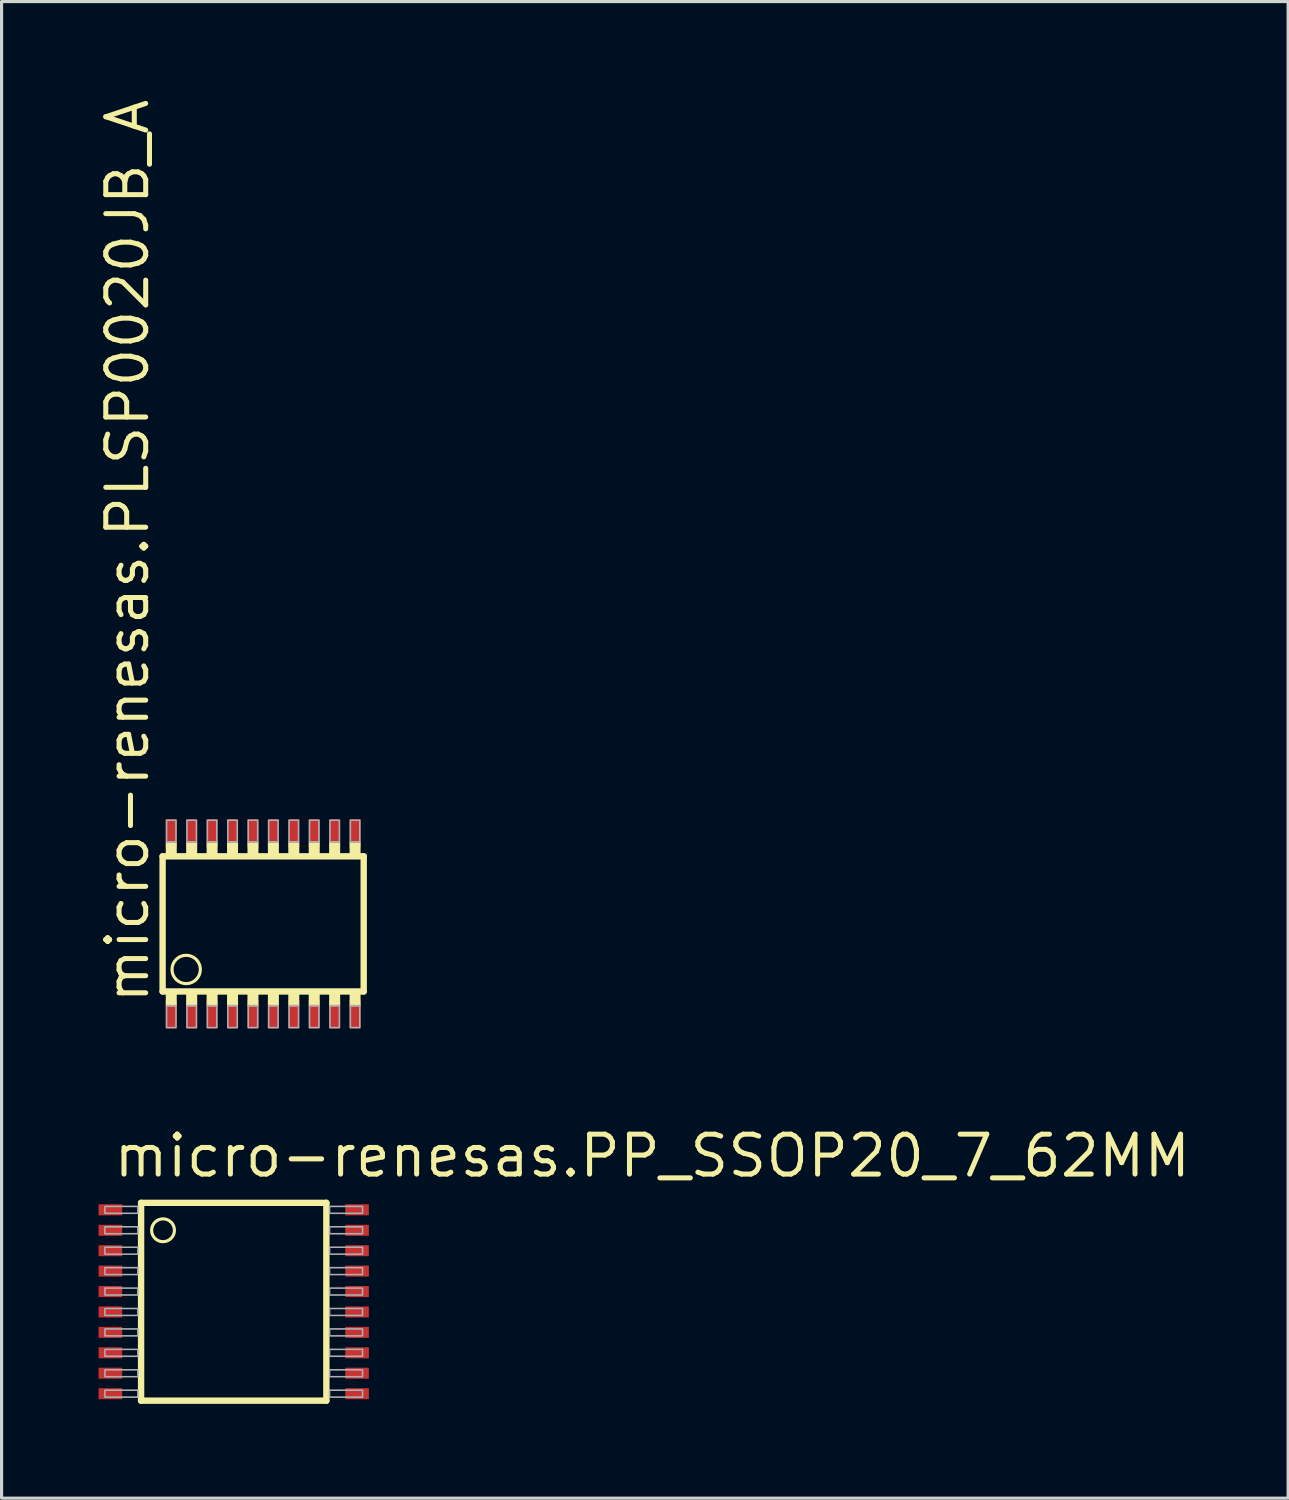
<source format=kicad_pcb>
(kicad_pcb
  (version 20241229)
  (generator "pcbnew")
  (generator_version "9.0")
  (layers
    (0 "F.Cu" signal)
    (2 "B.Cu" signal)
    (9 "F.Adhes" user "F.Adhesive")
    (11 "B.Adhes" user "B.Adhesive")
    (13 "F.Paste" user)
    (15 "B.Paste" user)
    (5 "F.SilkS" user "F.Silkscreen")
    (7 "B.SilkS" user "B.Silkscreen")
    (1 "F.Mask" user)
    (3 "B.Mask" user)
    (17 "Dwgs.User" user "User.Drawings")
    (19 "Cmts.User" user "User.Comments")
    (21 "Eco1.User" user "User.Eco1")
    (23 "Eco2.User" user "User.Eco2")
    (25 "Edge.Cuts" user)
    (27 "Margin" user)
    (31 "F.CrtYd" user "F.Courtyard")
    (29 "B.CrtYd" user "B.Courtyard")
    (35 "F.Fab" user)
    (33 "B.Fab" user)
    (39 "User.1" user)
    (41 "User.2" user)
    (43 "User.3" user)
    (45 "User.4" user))
  (footprint "micro-renesas.PLSP0020JB_A"
    (layer "F.Cu")
    (at 5.325 26.352)
    (property "Reference" "micro-renesas.PLSP0020JB_A" (at -3.575 2.6 90) (layer "F.SilkS") (effects (font (size 1.27 1.27) (thickness 0.16)) (justify left bottom)))
    (attr smd)
    (fp_rect (start -3.125 -2.4) (end -2.725 -3.35) (stroke (width 0.05) (type default)) (fill yes) (layer "F.Mask"))
    (fp_rect (start -3.125 3.35) (end -2.725 2.4) (stroke (width 0.05) (type default)) (fill yes) (layer "F.Mask"))
    (fp_rect (start -2.475 -2.4) (end -2.075 -3.35) (stroke (width 0.05) (type default)) (fill yes) (layer "F.Mask"))
    (fp_rect (start -2.475 3.35) (end -2.075 2.4) (stroke (width 0.05) (type default)) (fill yes) (layer "F.Mask"))
    (fp_rect (start -1.825 -2.4) (end -1.425 -3.35) (stroke (width 0.05) (type default)) (fill yes) (layer "F.Mask"))
    (fp_rect (start -1.825 3.35) (end -1.425 2.4) (stroke (width 0.05) (type default)) (fill yes) (layer "F.Mask"))
    (fp_rect (start -1.175 -2.4) (end -0.775 -3.35) (stroke (width 0.05) (type default)) (fill yes) (layer "F.Mask"))
    (fp_rect (start -1.175 3.35) (end -0.775 2.4) (stroke (width 0.05) (type default)) (fill yes) (layer "F.Mask"))
    (fp_rect (start -0.525 -2.4) (end -0.125 -3.35) (stroke (width 0.05) (type default)) (fill yes) (layer "F.Mask"))
    (fp_rect (start -0.525 3.35) (end -0.125 2.4) (stroke (width 0.05) (type default)) (fill yes) (layer "F.Mask"))
    (fp_rect (start 0.125 -2.4) (end 0.525 -3.35) (stroke (width 0.05) (type default)) (fill yes) (layer "F.Mask"))
    (fp_rect (start 0.125 3.35) (end 0.525 2.4) (stroke (width 0.05) (type default)) (fill yes) (layer "F.Mask"))
    (fp_rect (start 0.775 -2.4) (end 1.175 -3.35) (stroke (width 0.05) (type default)) (fill yes) (layer "F.Mask"))
    (fp_rect (start 0.775 3.35) (end 1.175 2.4) (stroke (width 0.05) (type default)) (fill yes) (layer "F.Mask"))
    (fp_rect (start 1.425 -2.4) (end 1.825 -3.35) (stroke (width 0.05) (type default)) (fill yes) (layer "F.Mask"))
    (fp_rect (start 1.425 3.35) (end 1.825 2.4) (stroke (width 0.05) (type default)) (fill yes) (layer "F.Mask"))
    (fp_rect (start 2.075 -2.4) (end 2.475 -3.35) (stroke (width 0.05) (type default)) (fill yes) (layer "F.Mask"))
    (fp_rect (start 2.075 3.35) (end 2.475 2.4) (stroke (width 0.05) (type default)) (fill yes) (layer "F.Mask"))
    (fp_rect (start 2.725 -2.4) (end 3.125 -3.35) (stroke (width 0.05) (type default)) (fill yes) (layer "F.Mask"))
    (fp_rect (start 2.725 3.35) (end 3.125 2.4) (stroke (width 0.05) (type default)) (fill yes) (layer "F.Mask"))
    (fp_line (start -3.2 -2.15) (end 3.2 -2.15) (stroke (width 0.203) (type default)) (layer "F.SilkS"))
    (fp_line (start -3.2 2.15) (end -3.2 -2.15) (stroke (width 0.203) (type default)) (layer "F.SilkS"))
    (fp_line (start 3.2 -2.15) (end 3.2 2.15) (stroke (width 0.203) (type default)) (layer "F.SilkS"))
    (fp_line (start 3.2 2.15) (end -3.2 2.15) (stroke (width 0.203) (type default)) (layer "F.SilkS"))
    (fp_rect (start -3.075 -2.225) (end -2.775 -2.6) (stroke (width 0.05) (type default)) (fill yes) (layer "F.SilkS"))
    (fp_rect (start -3.075 2.6) (end -2.775 2.225) (stroke (width 0.05) (type default)) (fill yes) (layer "F.SilkS"))
    (fp_rect (start -2.425 -2.225) (end -2.125 -2.6) (stroke (width 0.05) (type default)) (fill yes) (layer "F.SilkS"))
    (fp_rect (start -2.425 2.6) (end -2.125 2.225) (stroke (width 0.05) (type default)) (fill yes) (layer "F.SilkS"))
    (fp_rect (start -1.775 -2.225) (end -1.475 -2.6) (stroke (width 0.05) (type default)) (fill yes) (layer "F.SilkS"))
    (fp_rect (start -1.775 2.6) (end -1.475 2.225) (stroke (width 0.05) (type default)) (fill yes) (layer "F.SilkS"))
    (fp_rect (start -1.125 -2.225) (end -0.825 -2.6) (stroke (width 0.05) (type default)) (fill yes) (layer "F.SilkS"))
    (fp_rect (start -1.125 2.6) (end -0.825 2.225) (stroke (width 0.05) (type default)) (fill yes) (layer "F.SilkS"))
    (fp_rect (start -0.475 -2.225) (end -0.175 -2.6) (stroke (width 0.05) (type default)) (fill yes) (layer "F.SilkS"))
    (fp_rect (start -0.475 2.6) (end -0.175 2.225) (stroke (width 0.05) (type default)) (fill yes) (layer "F.SilkS"))
    (fp_rect (start 0.175 -2.225) (end 0.475 -2.6) (stroke (width 0.05) (type default)) (fill yes) (layer "F.SilkS"))
    (fp_rect (start 0.175 2.6) (end 0.475 2.225) (stroke (width 0.05) (type default)) (fill yes) (layer "F.SilkS"))
    (fp_rect (start 0.825 -2.225) (end 1.125 -2.6) (stroke (width 0.05) (type default)) (fill yes) (layer "F.SilkS"))
    (fp_rect (start 0.825 2.6) (end 1.125 2.225) (stroke (width 0.05) (type default)) (fill yes) (layer "F.SilkS"))
    (fp_rect (start 1.475 -2.225) (end 1.775 -2.6) (stroke (width 0.05) (type default)) (fill yes) (layer "F.SilkS"))
    (fp_rect (start 1.475 2.6) (end 1.775 2.225) (stroke (width 0.05) (type default)) (fill yes) (layer "F.SilkS"))
    (fp_rect (start 2.125 -2.225) (end 2.425 -2.6) (stroke (width 0.05) (type default)) (fill yes) (layer "F.SilkS"))
    (fp_rect (start 2.125 2.6) (end 2.425 2.225) (stroke (width 0.05) (type default)) (fill yes) (layer "F.SilkS"))
    (fp_rect (start 2.775 -2.225) (end 3.075 -2.6) (stroke (width 0.05) (type default)) (fill yes) (layer "F.SilkS"))
    (fp_rect (start 2.775 2.6) (end 3.075 2.225) (stroke (width 0.05) (type default)) (fill yes) (layer "F.SilkS"))
    (fp_circle (center -2.45 1.45) (end -1.999 1.45) (stroke (width 0.1) (type default)) (fill no) (layer "F.SilkS"))
    (fp_rect (start -3.075 -2.6) (end -2.775 -3.3) (stroke (width 0.05) (type default)) (fill no) (layer "F.Fab"))
    (fp_rect (start -3.075 3.3) (end -2.775 2.6) (stroke (width 0.05) (type default)) (fill no) (layer "F.Fab"))
    (fp_rect (start -2.425 -2.6) (end -2.125 -3.3) (stroke (width 0.05) (type default)) (fill no) (layer "F.Fab"))
    (fp_rect (start -2.425 3.3) (end -2.125 2.6) (stroke (width 0.05) (type default)) (fill no) (layer "F.Fab"))
    (fp_rect (start -1.775 -2.6) (end -1.475 -3.3) (stroke (width 0.05) (type default)) (fill no) (layer "F.Fab"))
    (fp_rect (start -1.775 3.3) (end -1.475 2.6) (stroke (width 0.05) (type default)) (fill no) (layer "F.Fab"))
    (fp_rect (start -1.125 -2.6) (end -0.825 -3.3) (stroke (width 0.05) (type default)) (fill no) (layer "F.Fab"))
    (fp_rect (start -1.125 3.3) (end -0.825 2.6) (stroke (width 0.05) (type default)) (fill no) (layer "F.Fab"))
    (fp_rect (start -0.475 -2.6) (end -0.175 -3.3) (stroke (width 0.05) (type default)) (fill no) (layer "F.Fab"))
    (fp_rect (start -0.475 3.3) (end -0.175 2.6) (stroke (width 0.05) (type default)) (fill no) (layer "F.Fab"))
    (fp_rect (start 0.175 -2.6) (end 0.475 -3.3) (stroke (width 0.05) (type default)) (fill no) (layer "F.Fab"))
    (fp_rect (start 0.175 3.3) (end 0.475 2.6) (stroke (width 0.05) (type default)) (fill no) (layer "F.Fab"))
    (fp_rect (start 0.825 -2.6) (end 1.125 -3.3) (stroke (width 0.05) (type default)) (fill no) (layer "F.Fab"))
    (fp_rect (start 0.825 3.3) (end 1.125 2.6) (stroke (width 0.05) (type default)) (fill no) (layer "F.Fab"))
    (fp_rect (start 1.475 -2.6) (end 1.775 -3.3) (stroke (width 0.05) (type default)) (fill no) (layer "F.Fab"))
    (fp_rect (start 1.475 3.3) (end 1.775 2.6) (stroke (width 0.05) (type default)) (fill no) (layer "F.Fab"))
    (fp_rect (start 2.125 -2.6) (end 2.425 -3.3) (stroke (width 0.05) (type default)) (fill no) (layer "F.Fab"))
    (fp_rect (start 2.125 3.3) (end 2.425 2.6) (stroke (width 0.05) (type default)) (fill no) (layer "F.Fab"))
    (fp_rect (start 2.775 -2.6) (end 3.075 -3.3) (stroke (width 0.05) (type default)) (fill no) (layer "F.Fab"))
    (fp_rect (start 2.775 3.3) (end 3.075 2.6) (stroke (width 0.05) (type default)) (fill no) (layer "F.Fab"))
    (pad "1" smd roundrect (at -2.925 2.875) (size 0.35 0.9) (layers "F.Cu" "F.Mask" "F.Paste") (roundrect_rratio 0.01))
    (pad "2" smd roundrect (at -2.275 2.875) (size 0.35 0.9) (layers "F.Cu" "F.Mask" "F.Paste") (roundrect_rratio 0.01))
    (pad "3" smd roundrect (at -1.625 2.875) (size 0.35 0.9) (layers "F.Cu" "F.Mask" "F.Paste") (roundrect_rratio 0.01))
    (pad "4" smd roundrect (at -0.975 2.875) (size 0.35 0.9) (layers "F.Cu" "F.Mask" "F.Paste") (roundrect_rratio 0.01))
    (pad "5" smd roundrect (at -0.325 2.875) (size 0.35 0.9) (layers "F.Cu" "F.Mask" "F.Paste") (roundrect_rratio 0.01))
    (pad "6" smd roundrect (at 0.325 2.875) (size 0.35 0.9) (layers "F.Cu" "F.Mask" "F.Paste") (roundrect_rratio 0.01))
    (pad "7" smd roundrect (at 0.975 2.875) (size 0.35 0.9) (layers "F.Cu" "F.Mask" "F.Paste") (roundrect_rratio 0.01))
    (pad "8" smd roundrect (at 1.625 2.875) (size 0.35 0.9) (layers "F.Cu" "F.Mask" "F.Paste") (roundrect_rratio 0.01))
    (pad "9" smd roundrect (at 2.275 2.875) (size 0.35 0.9) (layers "F.Cu" "F.Mask" "F.Paste") (roundrect_rratio 0.01))
    (pad "10" smd roundrect (at 2.925 2.875) (size 0.35 0.9) (layers "F.Cu" "F.Mask" "F.Paste") (roundrect_rratio 0.01))
    (pad "11" smd roundrect (at 2.925 -2.875 180) (size 0.35 0.9) (layers "F.Cu" "F.Mask" "F.Paste") (roundrect_rratio 0.01))
    (pad "12" smd roundrect (at 2.275 -2.875 180) (size 0.35 0.9) (layers "F.Cu" "F.Mask" "F.Paste") (roundrect_rratio 0.01))
    (pad "13" smd roundrect (at 1.625 -2.875 180) (size 0.35 0.9) (layers "F.Cu" "F.Mask" "F.Paste") (roundrect_rratio 0.01))
    (pad "14" smd roundrect (at 0.975 -2.875 180) (size 0.35 0.9) (layers "F.Cu" "F.Mask" "F.Paste") (roundrect_rratio 0.01))
    (pad "15" smd roundrect (at 0.325 -2.875 180) (size 0.35 0.9) (layers "F.Cu" "F.Mask" "F.Paste") (roundrect_rratio 0.01))
    (pad "16" smd roundrect (at -0.325 -2.875 180) (size 0.35 0.9) (layers "F.Cu" "F.Mask" "F.Paste") (roundrect_rratio 0.01))
    (pad "17" smd roundrect (at -0.975 -2.875 180) (size 0.35 0.9) (layers "F.Cu" "F.Mask" "F.Paste") (roundrect_rratio 0.01))
    (pad "18" smd roundrect (at -1.625 -2.875 180) (size 0.35 0.9) (layers "F.Cu" "F.Mask" "F.Paste") (roundrect_rratio 0.01))
    (pad "19" smd roundrect (at -2.275 -2.875 180) (size 0.35 0.9) (layers "F.Cu" "F.Mask" "F.Paste") (roundrect_rratio 0.01))
    (pad "20" smd roundrect (at -2.925 -2.875 180) (size 0.35 0.9) (layers "F.Cu" "F.Mask" "F.Paste") (roundrect_rratio 0.01)))
  (footprint "micro-renesas.PP_SSOP20_7_62MM"
    (layer "F.Cu")
    (at 4.388 38.377)
    (property "Reference" "micro-renesas.PP_SSOP20_7_62MM" (at -3.9 -3.9 0) (layer "F.SilkS") (effects (font (size 1.27 1.27) (thickness 0.16)) (justify left bottom)))
    (attr smd)
    (fp_rect (start -4.362 -2.725) (end -3.5 -3.125) (stroke (width 0.05) (type default)) (fill yes) (layer "F.Mask"))
    (fp_rect (start -4.362 -2.075) (end -3.5 -2.475) (stroke (width 0.05) (type default)) (fill yes) (layer "F.Mask"))
    (fp_rect (start -4.362 -1.425) (end -3.5 -1.825) (stroke (width 0.05) (type default)) (fill yes) (layer "F.Mask"))
    (fp_rect (start -4.362 -0.775) (end -3.5 -1.175) (stroke (width 0.05) (type default)) (fill yes) (layer "F.Mask"))
    (fp_rect (start -4.362 -0.125) (end -3.5 -0.525) (stroke (width 0.05) (type default)) (fill yes) (layer "F.Mask"))
    (fp_rect (start -4.362 0.525) (end -3.5 0.125) (stroke (width 0.05) (type default)) (fill yes) (layer "F.Mask"))
    (fp_rect (start -4.362 1.175) (end -3.5 0.775) (stroke (width 0.05) (type default)) (fill yes) (layer "F.Mask"))
    (fp_rect (start -4.362 1.825) (end -3.5 1.425) (stroke (width 0.05) (type default)) (fill yes) (layer "F.Mask"))
    (fp_rect (start -4.362 2.475) (end -3.5 2.075) (stroke (width 0.05) (type default)) (fill yes) (layer "F.Mask"))
    (fp_rect (start -4.362 3.125) (end -3.5 2.725) (stroke (width 0.05) (type default)) (fill yes) (layer "F.Mask"))
    (fp_rect (start 3.5 -2.725) (end 4.362 -3.125) (stroke (width 0.05) (type default)) (fill yes) (layer "F.Mask"))
    (fp_rect (start 3.5 -2.075) (end 4.362 -2.475) (stroke (width 0.05) (type default)) (fill yes) (layer "F.Mask"))
    (fp_rect (start 3.5 -1.425) (end 4.362 -1.825) (stroke (width 0.05) (type default)) (fill yes) (layer "F.Mask"))
    (fp_rect (start 3.5 -0.775) (end 4.362 -1.175) (stroke (width 0.05) (type default)) (fill yes) (layer "F.Mask"))
    (fp_rect (start 3.5 -0.125) (end 4.362 -0.525) (stroke (width 0.05) (type default)) (fill yes) (layer "F.Mask"))
    (fp_rect (start 3.5 0.525) (end 4.362 0.125) (stroke (width 0.05) (type default)) (fill yes) (layer "F.Mask"))
    (fp_rect (start 3.5 1.175) (end 4.362 0.775) (stroke (width 0.05) (type default)) (fill yes) (layer "F.Mask"))
    (fp_rect (start 3.5 1.825) (end 4.362 1.425) (stroke (width 0.05) (type default)) (fill yes) (layer "F.Mask"))
    (fp_rect (start 3.5 2.475) (end 4.362 2.075) (stroke (width 0.05) (type default)) (fill yes) (layer "F.Mask"))
    (fp_rect (start 3.5 3.125) (end 4.362 2.725) (stroke (width 0.05) (type default)) (fill yes) (layer "F.Mask"))
    (fp_line (start -2.948 -3.148) (end -2.948 3.148) (stroke (width 0.203) (type default)) (layer "F.SilkS"))
    (fp_line (start -2.948 3.148) (end 2.948 3.148) (stroke (width 0.203) (type default)) (layer "F.SilkS"))
    (fp_line (start 2.948 -3.148) (end -2.948 -3.148) (stroke (width 0.203) (type default)) (layer "F.SilkS"))
    (fp_line (start 2.948 3.148) (end 2.948 -3.148) (stroke (width 0.203) (type default)) (layer "F.SilkS"))
    (fp_circle (center -2.25 -2.275) (end -1.887 -2.275) (stroke (width 0.1) (type default)) (fill no) (layer "F.SilkS"))
    (fp_rect (start -4.263 -2.775) (end -3.587 -3.075) (stroke (width 0.05) (type default)) (fill yes) (layer "F.Paste"))
    (fp_rect (start -4.263 -2.125) (end -3.587 -2.425) (stroke (width 0.05) (type default)) (fill yes) (layer "F.Paste"))
    (fp_rect (start -4.263 -1.475) (end -3.587 -1.775) (stroke (width 0.05) (type default)) (fill yes) (layer "F.Paste"))
    (fp_rect (start -4.263 -0.825) (end -3.587 -1.125) (stroke (width 0.05) (type default)) (fill yes) (layer "F.Paste"))
    (fp_rect (start -4.263 -0.175) (end -3.587 -0.475) (stroke (width 0.05) (type default)) (fill yes) (layer "F.Paste"))
    (fp_rect (start -4.263 0.475) (end -3.587 0.175) (stroke (width 0.05) (type default)) (fill yes) (layer "F.Paste"))
    (fp_rect (start -4.263 1.125) (end -3.587 0.825) (stroke (width 0.05) (type default)) (fill yes) (layer "F.Paste"))
    (fp_rect (start -4.263 1.775) (end -3.587 1.475) (stroke (width 0.05) (type default)) (fill yes) (layer "F.Paste"))
    (fp_rect (start -4.263 2.425) (end -3.587 2.125) (stroke (width 0.05) (type default)) (fill yes) (layer "F.Paste"))
    (fp_rect (start -4.263 3.075) (end -3.587 2.775) (stroke (width 0.05) (type default)) (fill yes) (layer "F.Paste"))
    (fp_rect (start 3.587 -2.775) (end 4.263 -3.075) (stroke (width 0.05) (type default)) (fill yes) (layer "F.Paste"))
    (fp_rect (start 3.587 -2.125) (end 4.263 -2.425) (stroke (width 0.05) (type default)) (fill yes) (layer "F.Paste"))
    (fp_rect (start 3.587 -1.475) (end 4.263 -1.775) (stroke (width 0.05) (type default)) (fill yes) (layer "F.Paste"))
    (fp_rect (start 3.587 -0.825) (end 4.263 -1.125) (stroke (width 0.05) (type default)) (fill yes) (layer "F.Paste"))
    (fp_rect (start 3.587 -0.175) (end 4.263 -0.475) (stroke (width 0.05) (type default)) (fill yes) (layer "F.Paste"))
    (fp_rect (start 3.587 0.475) (end 4.263 0.175) (stroke (width 0.05) (type default)) (fill yes) (layer "F.Paste"))
    (fp_rect (start 3.587 1.125) (end 4.263 0.825) (stroke (width 0.05) (type default)) (fill yes) (layer "F.Paste"))
    (fp_rect (start 3.587 1.775) (end 4.263 1.475) (stroke (width 0.05) (type default)) (fill yes) (layer "F.Paste"))
    (fp_rect (start 3.587 2.425) (end 4.263 2.125) (stroke (width 0.05) (type default)) (fill yes) (layer "F.Paste"))
    (fp_rect (start 3.587 3.075) (end 4.263 2.775) (stroke (width 0.05) (type default)) (fill yes) (layer "F.Paste"))
    (fp_rect (start -4.1 -2.815) (end -3.05 -3.035) (stroke (width 0.05) (type default)) (fill no) (layer "F.Fab"))
    (fp_rect (start -4.1 -2.165) (end -3.05 -2.385) (stroke (width 0.05) (type default)) (fill no) (layer "F.Fab"))
    (fp_rect (start -4.1 -1.515) (end -3.05 -1.735) (stroke (width 0.05) (type default)) (fill no) (layer "F.Fab"))
    (fp_rect (start -4.1 -0.865) (end -3.05 -1.085) (stroke (width 0.05) (type default)) (fill no) (layer "F.Fab"))
    (fp_rect (start -4.1 -0.215) (end -3.05 -0.435) (stroke (width 0.05) (type default)) (fill no) (layer "F.Fab"))
    (fp_rect (start -4.1 0.435) (end -3.05 0.215) (stroke (width 0.05) (type default)) (fill no) (layer "F.Fab"))
    (fp_rect (start -4.1 1.085) (end -3.05 0.865) (stroke (width 0.05) (type default)) (fill no) (layer "F.Fab"))
    (fp_rect (start -4.1 1.735) (end -3.05 1.515) (stroke (width 0.05) (type default)) (fill no) (layer "F.Fab"))
    (fp_rect (start -4.1 2.385) (end -3.05 2.165) (stroke (width 0.05) (type default)) (fill no) (layer "F.Fab"))
    (fp_rect (start -4.1 3.035) (end -3.05 2.815) (stroke (width 0.05) (type default)) (fill no) (layer "F.Fab"))
    (fp_rect (start 3.05 -2.815) (end 4.1 -3.035) (stroke (width 0.05) (type default)) (fill no) (layer "F.Fab"))
    (fp_rect (start 3.05 -2.165) (end 4.1 -2.385) (stroke (width 0.05) (type default)) (fill no) (layer "F.Fab"))
    (fp_rect (start 3.05 -1.515) (end 4.1 -1.735) (stroke (width 0.05) (type default)) (fill no) (layer "F.Fab"))
    (fp_rect (start 3.05 -0.865) (end 4.1 -1.085) (stroke (width 0.05) (type default)) (fill no) (layer "F.Fab"))
    (fp_rect (start 3.05 -0.215) (end 4.1 -0.435) (stroke (width 0.05) (type default)) (fill no) (layer "F.Fab"))
    (fp_rect (start 3.05 0.435) (end 4.1 0.215) (stroke (width 0.05) (type default)) (fill no) (layer "F.Fab"))
    (fp_rect (start 3.05 1.085) (end 4.1 0.865) (stroke (width 0.05) (type default)) (fill no) (layer "F.Fab"))
    (fp_rect (start 3.05 1.735) (end 4.1 1.515) (stroke (width 0.05) (type default)) (fill no) (layer "F.Fab"))
    (fp_rect (start 3.05 2.385) (end 4.1 2.165) (stroke (width 0.05) (type default)) (fill no) (layer "F.Fab"))
    (fp_rect (start 3.05 3.035) (end 4.1 2.815) (stroke (width 0.05) (type default)) (fill no) (layer "F.Fab"))
    (pad "1" smd roundrect (at -3.925 -2.925) (size 0.75 0.35) (layers "F.Cu" "F.Mask" "F.Paste") (roundrect_rratio 0.01))
    (pad "2" smd roundrect (at -3.925 -2.275) (size 0.75 0.35) (layers "F.Cu" "F.Mask" "F.Paste") (roundrect_rratio 0.01))
    (pad "3" smd roundrect (at -3.925 -1.625) (size 0.75 0.35) (layers "F.Cu" "F.Mask" "F.Paste") (roundrect_rratio 0.01))
    (pad "4" smd roundrect (at -3.925 -0.975) (size 0.75 0.35) (layers "F.Cu" "F.Mask" "F.Paste") (roundrect_rratio 0.01))
    (pad "5" smd roundrect (at -3.925 -0.325) (size 0.75 0.35) (layers "F.Cu" "F.Mask" "F.Paste") (roundrect_rratio 0.01))
    (pad "6" smd roundrect (at -3.925 0.325) (size 0.75 0.35) (layers "F.Cu" "F.Mask" "F.Paste") (roundrect_rratio 0.01))
    (pad "7" smd roundrect (at -3.925 0.975) (size 0.75 0.35) (layers "F.Cu" "F.Mask" "F.Paste") (roundrect_rratio 0.01))
    (pad "8" smd roundrect (at -3.925 1.625) (size 0.75 0.35) (layers "F.Cu" "F.Mask" "F.Paste") (roundrect_rratio 0.01))
    (pad "9" smd roundrect (at -3.925 2.275) (size 0.75 0.35) (layers "F.Cu" "F.Mask" "F.Paste") (roundrect_rratio 0.01))
    (pad "10" smd roundrect (at -3.925 2.925) (size 0.75 0.35) (layers "F.Cu" "F.Mask" "F.Paste") (roundrect_rratio 0.01))
    (pad "11" smd roundrect (at 3.925 2.925) (size 0.75 0.35) (layers "F.Cu" "F.Mask" "F.Paste") (roundrect_rratio 0.01))
    (pad "12" smd roundrect (at 3.925 2.275) (size 0.75 0.35) (layers "F.Cu" "F.Mask" "F.Paste") (roundrect_rratio 0.01))
    (pad "13" smd roundrect (at 3.925 1.625) (size 0.75 0.35) (layers "F.Cu" "F.Mask" "F.Paste") (roundrect_rratio 0.01))
    (pad "14" smd roundrect (at 3.925 0.975) (size 0.75 0.35) (layers "F.Cu" "F.Mask" "F.Paste") (roundrect_rratio 0.01))
    (pad "15" smd roundrect (at 3.925 0.325) (size 0.75 0.35) (layers "F.Cu" "F.Mask" "F.Paste") (roundrect_rratio 0.01))
    (pad "16" smd roundrect (at 3.925 -0.325) (size 0.75 0.35) (layers "F.Cu" "F.Mask" "F.Paste") (roundrect_rratio 0.01))
    (pad "17" smd roundrect (at 3.925 -0.975) (size 0.75 0.35) (layers "F.Cu" "F.Mask" "F.Paste") (roundrect_rratio 0.01))
    (pad "18" smd roundrect (at 3.925 -1.625) (size 0.75 0.35) (layers "F.Cu" "F.Mask" "F.Paste") (roundrect_rratio 0.01))
    (pad "19" smd roundrect (at 3.925 -2.275) (size 0.75 0.35) (layers "F.Cu" "F.Mask" "F.Paste") (roundrect_rratio 0.01))
    (pad "20" smd roundrect (at 3.925 -2.925) (size 0.75 0.35) (layers "F.Cu" "F.Mask" "F.Paste") (roundrect_rratio 0.01)))
  (gr_rect
    (start -3 -3)
    (end 37.943 44.627)
    (stroke (width 0.1) (type default))
    (fill no)
    (layer "Edge.Cuts")))
</source>
